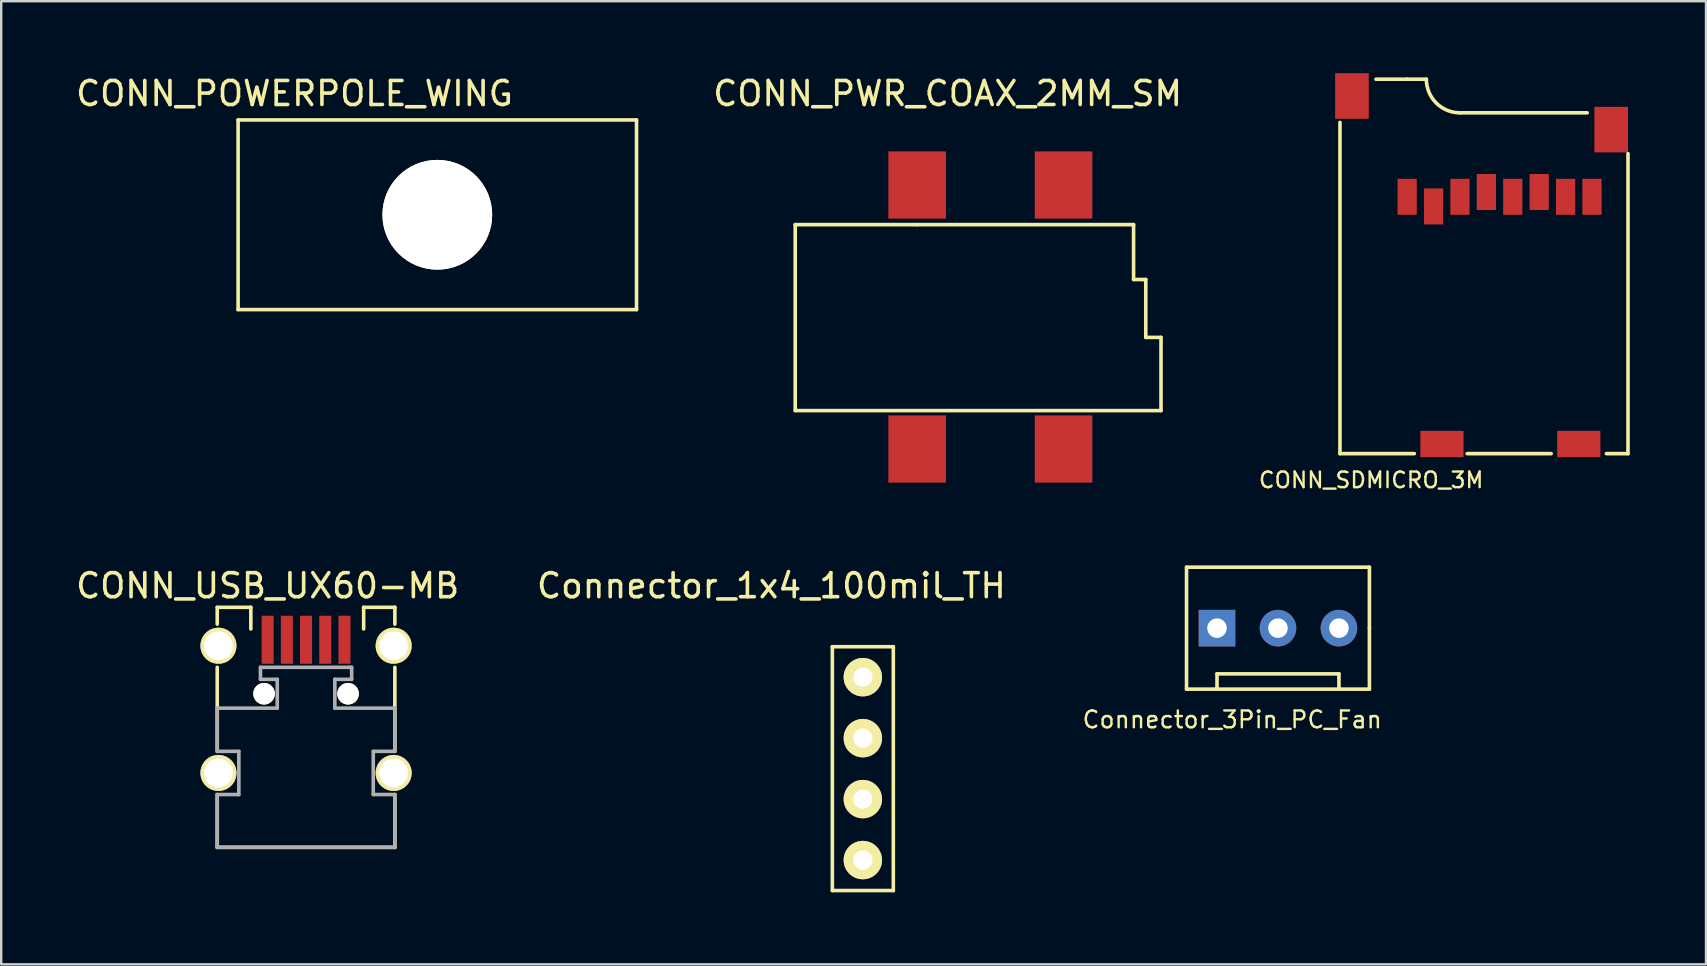
<source format=kicad_pcb>
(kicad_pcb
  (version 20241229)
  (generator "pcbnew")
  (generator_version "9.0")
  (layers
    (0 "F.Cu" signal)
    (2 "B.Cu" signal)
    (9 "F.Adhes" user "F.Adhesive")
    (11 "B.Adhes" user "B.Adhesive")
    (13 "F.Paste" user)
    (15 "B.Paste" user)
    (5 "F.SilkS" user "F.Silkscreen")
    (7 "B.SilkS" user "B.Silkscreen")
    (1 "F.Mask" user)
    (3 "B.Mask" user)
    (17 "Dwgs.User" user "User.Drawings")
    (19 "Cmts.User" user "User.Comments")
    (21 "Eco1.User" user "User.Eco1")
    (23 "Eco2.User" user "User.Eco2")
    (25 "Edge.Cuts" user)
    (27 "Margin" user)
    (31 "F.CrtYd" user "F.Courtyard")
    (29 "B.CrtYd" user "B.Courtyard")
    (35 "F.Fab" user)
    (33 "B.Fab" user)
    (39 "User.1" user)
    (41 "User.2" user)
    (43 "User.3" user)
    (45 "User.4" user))
  (footprint "CONN_PWR_COAX_2MM_SM"
    (layer "F.Cu")
    (at 35.162 4.658)
    (property "Reference" "CONN_PWR_COAX_2MM_SM" (at 1.27 -3.81 0) (layer "F.SilkS") (effects (font (size 1 1) (thickness 0.15))))
    (attr through_hole)
    (fp_line (start -5.08 1.651) (end -5.08 9.398) (stroke (width 0.15) (type solid)) (layer "F.SilkS"))
    (fp_line (start -5.08 9.398) (end 10.16 9.398) (stroke (width 0.15) (type solid)) (layer "F.SilkS"))
    (fp_line (start 0 1.651) (end -5.08 1.651) (stroke (width 0.15) (type solid)) (layer "F.SilkS"))
    (fp_line (start 9.017 1.651) (end 0 1.651) (stroke (width 0.15) (type solid)) (layer "F.SilkS"))
    (fp_line (start 9.017 3.937) (end 9.017 1.651) (stroke (width 0.15) (type solid)) (layer "F.SilkS"))
    (fp_line (start 9.525 3.937) (end 9.017 3.937) (stroke (width 0.15) (type solid)) (layer "F.SilkS"))
    (fp_line (start 9.525 6.35) (end 9.525 3.937) (stroke (width 0.15) (type solid)) (layer "F.SilkS"))
    (fp_line (start 10.16 6.35) (end 9.525 6.35) (stroke (width 0.15) (type solid)) (layer "F.SilkS"))
    (fp_line (start 10.16 9.398) (end 10.16 6.35) (stroke (width 0.15) (type solid)) (layer "F.SilkS"))
    (pad "1" smd rect (at 0 0) (size 2.4 2.8) (layers "F.Cu" "F.Mask" "F.Paste"))
    (pad "2" smd rect (at 6.1 0) (size 2.4 2.8) (layers "F.Cu" "F.Mask" "F.Paste"))
    (pad "3" smd rect (at 0 11) (size 2.4 2.8) (layers "F.Cu" "F.Mask" "F.Paste"))
    (pad "4" smd rect (at 6.1 11) (size 2.4 2.8) (layers "F.Cu" "F.Mask" "F.Paste")))
  (footprint "Connector_3Pin_PC_Fan"
    (layer "F.Cu")
    (at 50.195 23.121)
    (property "Reference" "Connector_3Pin_PC_Fan" (at -1.905 3.81 0) (layer "F.SilkS") (effects (font (size 0.7 0.7) (thickness 0.1))))
    (attr through_hole)
    (fp_line (start -3.81 -2.54) (end 3.81 -2.54) (stroke (width 0.15) (type solid)) (layer "F.SilkS"))
    (fp_line (start -3.81 2.54) (end -3.81 -2.54) (stroke (width 0.15) (type solid)) (layer "F.SilkS"))
    (fp_line (start -2.54 1.905) (end 2.54 1.905) (stroke (width 0.15) (type solid)) (layer "F.SilkS"))
    (fp_line (start -2.54 2.54) (end -2.54 1.905) (stroke (width 0.15) (type solid)) (layer "F.SilkS"))
    (fp_line (start 2.54 1.905) (end 2.54 2.54) (stroke (width 0.15) (type solid)) (layer "F.SilkS"))
    (fp_line (start 3.81 -2.54) (end 3.81 0) (stroke (width 0.15) (type solid)) (layer "F.SilkS"))
    (fp_line (start 3.81 0) (end 3.81 2.54) (stroke (width 0.15) (type solid)) (layer "F.SilkS"))
    (fp_line (start 3.81 2.54) (end -3.81 2.54) (stroke (width 0.15) (type solid)) (layer "F.SilkS"))
    (pad "1" thru_hole rect (at -2.54 0) (size 1.524 1.524) (drill 0.813) (layers "*.Cu" "*.Mask"))
    (pad "2" thru_hole circle (at 0 0) (size 1.524 1.524) (drill 0.813) (layers "*.Cu" "*.Mask"))
    (pad "3" thru_hole circle (at 2.54 0) (size 1.524 1.524) (drill 0.813) (layers "*.Cu" "*.Mask")))
  (footprint "Connector_1x4_100mil_TH"
    (layer "F.Cu")
    (at 32.899 25.164)
    (property "Reference" "Connector_1x4_100mil_TH" (at -3.81 -3.81 0) (layer "F.SilkS") (effects (font (size 1 1) (thickness 0.15))))
    (attr through_hole)
    (fp_line (start -1.27 -1.27) (end 1.27 -1.27) (stroke (width 0.15) (type solid)) (layer "F.SilkS"))
    (fp_line (start -1.27 8.89) (end -1.27 -1.27) (stroke (width 0.15) (type solid)) (layer "F.SilkS"))
    (fp_line (start 1.27 -1.27) (end 1.27 8.89) (stroke (width 0.15) (type solid)) (layer "F.SilkS"))
    (fp_line (start 1.27 8.89) (end -1.27 8.89) (stroke (width 0.15) (type solid)) (layer "F.SilkS"))
    (pad "1" thru_hole circle (at 0 0) (size 1.6 1.6) (drill 0.8) (layers "*.Cu" "*.Mask" "F.SilkS"))
    (pad "2" thru_hole circle (at 0 2.54) (size 1.6 1.6) (drill 0.8) (layers "*.Cu" "*.Mask" "F.SilkS"))
    (pad "3" thru_hole circle (at 0 5.08) (size 1.6 1.6) (drill 0.8) (layers "*.Cu" "*.Mask" "F.SilkS"))
    (pad "4" thru_hole circle (at 0 7.62) (size 1.6 1.6) (drill 0.8) (layers "*.Cu" "*.Mask" "F.SilkS")))
  (footprint "CONN_POWERPOLE_WING"
    (layer "F.Cu")
    (at 15.17 5.898)
    (property "Reference" "CONN_POWERPOLE_WING" (at -5.95 -5.05 0) (layer "F.SilkS") (effects (font (size 1 1) (thickness 0.15))))
    (attr through_hole)
    (fp_line (start -8.3 -3.95) (end 8.3 -3.95) (stroke (width 0.15) (type solid)) (layer "F.SilkS"))
    (fp_line (start -8.3 3.95) (end -8.3 -3.95) (stroke (width 0.15) (type solid)) (layer "F.SilkS"))
    (fp_line (start 8.3 -3.95) (end 8.3 3.95) (stroke (width 0.15) (type solid)) (layer "F.SilkS"))
    (fp_line (start 8.3 3.95) (end -8.3 3.95) (stroke (width 0.15) (type solid)) (layer "F.SilkS"))
    (pad "" np_thru_hole circle (at 0 0) (size 4.572 4.572) (drill 4.572) (layers "*.Cu" "*.Mask" "F.SilkS")))
  (footprint "CONN_USB_UX60-MB"
    (layer "F.Cu")
    (at 9.701 23.654)
    (property "Reference" "CONN_USB_UX60-MB" (at -1.6 -2.3 0) (layer "F.SilkS") (effects (font (size 1 1) (thickness 0.15))))
    (attr through_hole)
    (fp_line (start -3.7 -1.4) (end -2.3 -1.4) (stroke (width 0.15) (type solid)) (layer "F.SilkS"))
    (fp_line (start -3.7 -0.7) (end -3.7 -1.4) (stroke (width 0.15) (type solid)) (layer "F.SilkS"))
    (fp_line (start -3.7 4.6) (end -3.7 1.1) (stroke (width 0.15) (type solid)) (layer "F.SilkS"))
    (fp_line (start -3.7 8.6) (end -3.7 6.4) (stroke (width 0.15) (type solid)) (layer "F.SilkS"))
    (fp_line (start -2.3 -1.4) (end -2.3 -0.5) (stroke (width 0.15) (type solid)) (layer "F.SilkS"))
    (fp_line (start 2.4 -1.4) (end 3.7 -1.4) (stroke (width 0.15) (type solid)) (layer "F.SilkS"))
    (fp_line (start 2.4 -0.5) (end 2.4 -1.4) (stroke (width 0.15) (type solid)) (layer "F.SilkS"))
    (fp_line (start 3.7 -1.4) (end 3.7 -0.7) (stroke (width 0.15) (type solid)) (layer "F.SilkS"))
    (fp_line (start 3.7 1.1) (end 3.7 4.6) (stroke (width 0.15) (type solid)) (layer "F.SilkS"))
    (fp_line (start 3.7 6.4) (end 3.7 8.6) (stroke (width 0.15) (type solid)) (layer "F.SilkS"))
    (fp_line (start 3.7 8.6) (end -3.7 8.6) (stroke (width 0.15) (type solid)) (layer "F.SilkS"))
    (fp_line (start -3.7 2.8) (end -1.2 2.8) (stroke (width 0.15) (type solid)) (layer "F.Fab"))
    (fp_line (start -3.7 4.6) (end -3.7 2.8) (stroke (width 0.15) (type solid)) (layer "F.Fab"))
    (fp_line (start -3.7 6.4) (end -2.8 6.4) (stroke (width 0.15) (type solid)) (layer "F.Fab"))
    (fp_line (start -3.7 8.6) (end -3.7 6.4) (stroke (width 0.15) (type solid)) (layer "F.Fab"))
    (fp_line (start -2.8 4.6) (end -3.7 4.6) (stroke (width 0.15) (type solid)) (layer "F.Fab"))
    (fp_line (start -2.8 6.4) (end -2.8 4.6) (stroke (width 0.15) (type solid)) (layer "F.Fab"))
    (fp_line (start -1.9 1.1) (end 1.8 1.1) (stroke (width 0.15) (type solid)) (layer "F.Fab"))
    (fp_line (start -1.9 1.6) (end -1.9 1.1) (stroke (width 0.15) (type solid)) (layer "F.Fab"))
    (fp_line (start -1.2 1.6) (end -1.9 1.6) (stroke (width 0.15) (type solid)) (layer "F.Fab"))
    (fp_line (start -1.2 2.8) (end -1.2 1.6) (stroke (width 0.15) (type solid)) (layer "F.Fab"))
    (fp_line (start 1.2 1.6) (end 1.2 2.8) (stroke (width 0.15) (type solid)) (layer "F.Fab"))
    (fp_line (start 1.2 2.8) (end 3.7 2.8) (stroke (width 0.15) (type solid)) (layer "F.Fab"))
    (fp_line (start 1.8 1.1) (end 1.9 1.1) (stroke (width 0.15) (type solid)) (layer "F.Fab"))
    (fp_line (start 1.9 1.1) (end 1.9 1.6) (stroke (width 0.15) (type solid)) (layer "F.Fab"))
    (fp_line (start 1.9 1.6) (end 1.2 1.6) (stroke (width 0.15) (type solid)) (layer "F.Fab"))
    (fp_line (start 2.8 4.6) (end 2.8 6.4) (stroke (width 0.15) (type solid)) (layer "F.Fab"))
    (fp_line (start 2.8 6.4) (end 3.7 6.4) (stroke (width 0.15) (type solid)) (layer "F.Fab"))
    (fp_line (start 3.7 2.8) (end 3.7 4.6) (stroke (width 0.15) (type solid)) (layer "F.Fab"))
    (fp_line (start 3.7 4.6) (end 2.8 4.6) (stroke (width 0.15) (type solid)) (layer "F.Fab"))
    (fp_line (start 3.7 6.4) (end 3.7 8.6) (stroke (width 0.15) (type solid)) (layer "F.Fab"))
    (fp_line (start 3.7 8.6) (end -3.7 8.6) (stroke (width 0.15) (type solid)) (layer "F.Fab"))
    (pad "" np_thru_hole circle (at -1.75 2.2) (size 0.9 0.9) (drill 0.9) (layers "*.Cu" "*.Mask" "F.SilkS"))
    (pad "" np_thru_hole circle (at 1.75 2.2) (size 0.9 0.9) (drill 0.9) (layers "*.Cu" "*.Mask" "F.SilkS"))
    (pad "1" smd rect (at -1.6 -0.05) (size 0.5 2) (layers "F.Cu" "F.Mask" "F.Paste"))
    (pad "2" smd rect (at -0.8 -0.05) (size 0.5 2) (layers "F.Cu" "F.Mask" "F.Paste"))
    (pad "3" smd rect (at 0 -0.05) (size 0.5 2) (layers "F.Cu" "F.Mask" "F.Paste"))
    (pad "4" smd rect (at 0.8 -0.05) (size 0.5 2) (layers "F.Cu" "F.Mask" "F.Paste"))
    (pad "5" smd rect (at 1.6 -0.05) (size 0.5 2) (layers "F.Cu" "F.Mask" "F.Paste"))
    (pad "6" thru_hole circle (at -3.65 0.2) (size 1.5 1.5) (drill 1.2) (layers "*.Cu" "*.Mask" "F.SilkS"))
    (pad "7" thru_hole circle (at 3.65 0.2) (size 1.5 1.5) (drill 1.2) (layers "*.Cu" "*.Mask" "F.SilkS"))
    (pad "8" thru_hole circle (at -3.65 5.5) (size 1.5 1.5) (drill 1.2) (layers "*.Cu" "*.Mask" "F.SilkS"))
    (pad "9" thru_hole circle (at 3.65 5.5) (size 1.5 1.5) (drill 1.2) (layers "*.Cu" "*.Mask" "F.SilkS")))
  (footprint "CONN_SDMICRO_3M"
    (layer "F.Cu")
    (at 64.778 3.25)
    (property "Reference" "CONN_SDMICRO_3M" (at -10.7 13.7 0) (layer "F.SilkS") (effects (font (size 0.65 0.65) (thickness 0.1))))
    (attr through_hole)
    (fp_line (start -12 -1.2) (end -12 12.6) (stroke (width 0.15) (type solid)) (layer "F.SilkS"))
    (fp_line (start -12 12.6) (end -8.9 12.6) (stroke (width 0.15) (type solid)) (layer "F.SilkS"))
    (fp_line (start -10.5 -3) (end -9.2 -3) (stroke (width 0.15) (type solid)) (layer "F.SilkS"))
    (fp_line (start -9.2 -3) (end -8.4 -3) (stroke (width 0.15) (type solid)) (layer "F.SilkS"))
    (fp_line (start -7 -1.6) (end -1.7 -1.6) (stroke (width 0.15) (type solid)) (layer "F.SilkS"))
    (fp_line (start -3.2 12.6) (end -6.7 12.6) (stroke (width 0.15) (type solid)) (layer "F.SilkS"))
    (fp_line (start 0 0.1) (end 0 12.6) (stroke (width 0.15) (type solid)) (layer "F.SilkS"))
    (fp_line (start 0 12.6) (end -0.9 12.6) (stroke (width 0.15) (type solid)) (layer "F.SilkS"))
    (fp_arc (start -7 -1.6) (mid -7.989949 -2.010051) (end -8.4 -3) (stroke (width 0.15) (type solid)) (layer "F.SilkS"))
    (pad "1" smd rect (at -9.2 1.9) (size 0.8 1.5) (layers "F.Cu" "F.Mask" "F.Paste"))
    (pad "2" smd rect (at -8.1 2.3) (size 0.8 1.5) (layers "F.Cu" "F.Mask" "F.Paste"))
    (pad "3" smd rect (at -7 1.9) (size 0.8 1.5) (layers "F.Cu" "F.Mask" "F.Paste"))
    (pad "4" smd rect (at -5.9 1.7) (size 0.8 1.5) (layers "F.Cu" "F.Mask" "F.Paste"))
    (pad "5" smd rect (at -4.8 1.9) (size 0.8 1.5) (layers "F.Cu" "F.Mask" "F.Paste"))
    (pad "6" smd rect (at -3.7 1.7) (size 0.8 1.5) (layers "F.Cu" "F.Mask" "F.Paste"))
    (pad "7" smd rect (at -2.6 1.9) (size 0.8 1.5) (layers "F.Cu" "F.Mask" "F.Paste"))
    (pad "8" smd rect (at -1.5 1.9) (size 0.8 1.5) (layers "F.Cu" "F.Mask" "F.Paste"))
    (pad "9" smd rect (at -0.7 -0.9) (size 1.4 1.9) (layers "F.Cu" "F.Mask" "F.Paste"))
    (pad "10" smd rect (at -11.5 -2.3) (size 1.4 1.9) (layers "F.Cu" "F.Mask" "F.Paste"))
    (pad "11" smd rect (at -2.05 12.2) (size 1.8 1.1) (layers "F.Cu" "F.Mask" "F.Paste"))
    (pad "12" smd rect (at -7.75 12.2) (size 1.8 1.1) (layers "F.Cu" "F.Mask" "F.Paste")))
  (gr_rect
    (start -3 -3)
    (end 68.028 37.129)
    (stroke (width 0.1) (type default))
    (fill no)
    (layer "Edge.Cuts")))
</source>
